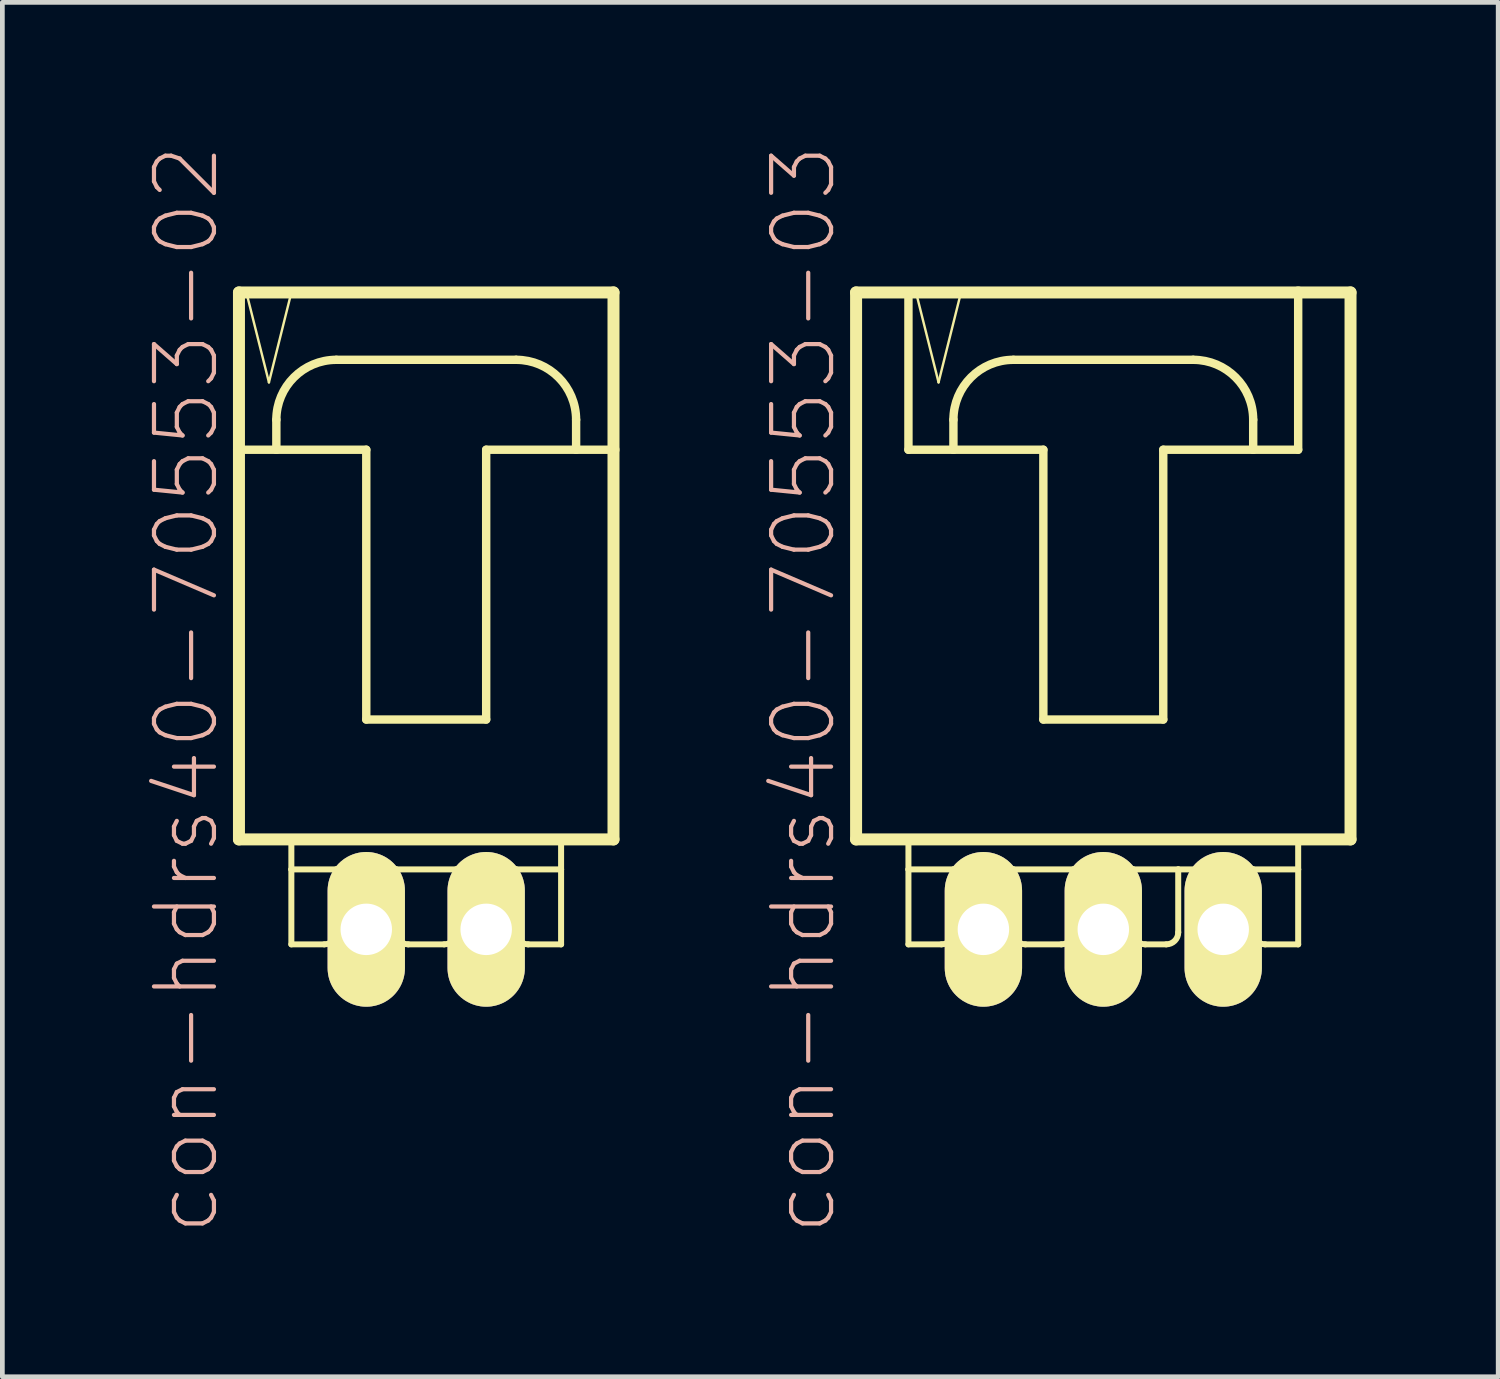
<source format=kicad_pcb>
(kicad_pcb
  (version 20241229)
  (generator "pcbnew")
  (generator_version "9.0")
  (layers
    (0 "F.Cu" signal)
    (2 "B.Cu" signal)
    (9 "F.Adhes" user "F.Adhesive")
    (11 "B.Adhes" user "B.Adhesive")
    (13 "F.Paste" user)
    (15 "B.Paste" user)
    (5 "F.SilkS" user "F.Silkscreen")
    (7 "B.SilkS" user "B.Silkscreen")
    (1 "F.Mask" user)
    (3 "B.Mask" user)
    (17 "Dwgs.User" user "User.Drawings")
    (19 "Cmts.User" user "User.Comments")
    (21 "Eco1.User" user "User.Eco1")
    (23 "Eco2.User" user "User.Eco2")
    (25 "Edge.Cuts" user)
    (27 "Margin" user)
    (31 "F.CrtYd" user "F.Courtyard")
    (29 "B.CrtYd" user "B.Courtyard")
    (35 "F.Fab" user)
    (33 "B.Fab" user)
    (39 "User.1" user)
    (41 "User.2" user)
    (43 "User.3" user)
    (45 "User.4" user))
  (footprint "con-hdrs40-70553-02"
    (layer "F.Cu")
    (at 5.979 9.017)
    (property "Reference" "con-hdrs40-70553-02" (at -5.08 2.54 90) (layer "B.SilkS") (effects (font (size 1.27 1.27) (thickness 0.089))))
    (attr exclude_from_pos_files exclude_from_bom)
    (fp_line (start -3.967 -5.872) (end -3.967 -2.54) (stroke (width 0.254) (type solid)) (layer "F.SilkS"))
    (fp_line (start -3.967 -2.54) (end -3.967 5.715) (stroke (width 0.254) (type solid)) (layer "F.SilkS"))
    (fp_line (start -3.967 -2.54) (end -3.175 -2.54) (stroke (width 0.178) (type solid)) (layer "F.SilkS"))
    (fp_line (start -3.967 5.715) (end 3.967 5.715) (stroke (width 0.254) (type solid)) (layer "F.SilkS"))
    (fp_line (start -3.81 -5.872) (end -3.332 -3.967) (stroke (width 0.051) (type solid)) (layer "F.SilkS"))
    (fp_line (start -3.332 -3.967) (end -2.857 -5.872) (stroke (width 0.051) (type solid)) (layer "F.SilkS"))
    (fp_line (start -3.175 -2.54) (end -3.175 -3.175) (stroke (width 0.178) (type solid)) (layer "F.SilkS"))
    (fp_line (start -3.175 -2.54) (end -1.27 -2.54) (stroke (width 0.178) (type solid)) (layer "F.SilkS"))
    (fp_line (start -2.857 -5.872) (end -3.81 -5.872) (stroke (width 0.051) (type solid)) (layer "F.SilkS"))
    (fp_line (start -2.857 5.715) (end -2.857 6.35) (stroke (width 0.127) (type solid)) (layer "F.SilkS"))
    (fp_line (start -2.857 6.35) (end -2.857 7.938) (stroke (width 0.127) (type solid)) (layer "F.SilkS"))
    (fp_line (start -2.857 6.35) (end -1.905 6.35) (stroke (width 0.127) (type solid)) (layer "F.SilkS"))
    (fp_line (start -2.159 7.938) (end -2.857 7.938) (stroke (width 0.127) (type solid)) (layer "F.SilkS"))
    (fp_line (start -1.905 -4.445) (end 1.905 -4.445) (stroke (width 0.178) (type solid)) (layer "F.SilkS"))
    (fp_line (start -1.905 6.35) (end -1.905 7.684) (stroke (width 0.127) (type solid)) (layer "F.SilkS"))
    (fp_line (start -1.905 6.35) (end -0.635 6.35) (stroke (width 0.127) (type solid)) (layer "F.SilkS"))
    (fp_line (start -1.587 6.35) (end -0.953 6.35) (stroke (width 0.066) (type solid)) (layer "F.SilkS"))
    (fp_line (start -1.587 7.62) (end -1.587 6.35) (stroke (width 0.066) (type solid)) (layer "F.SilkS"))
    (fp_line (start -1.587 7.62) (end -0.953 7.62) (stroke (width 0.066) (type solid)) (layer "F.SilkS"))
    (fp_line (start -1.27 -2.54) (end -1.27 3.175) (stroke (width 0.178) (type solid)) (layer "F.SilkS"))
    (fp_line (start -1.27 3.175) (end 1.27 3.175) (stroke (width 0.178) (type solid)) (layer "F.SilkS"))
    (fp_line (start -0.953 7.62) (end -0.953 6.35) (stroke (width 0.066) (type solid)) (layer "F.SilkS"))
    (fp_line (start -0.635 6.35) (end -0.635 7.684) (stroke (width 0.127) (type solid)) (layer "F.SilkS"))
    (fp_line (start -0.635 6.35) (end 0.635 6.35) (stroke (width 0.127) (type solid)) (layer "F.SilkS"))
    (fp_line (start 0.381 7.938) (end -0.381 7.938) (stroke (width 0.127) (type solid)) (layer "F.SilkS"))
    (fp_line (start 0.635 6.35) (end 0.635 7.684) (stroke (width 0.127) (type solid)) (layer "F.SilkS"))
    (fp_line (start 0.635 6.35) (end 1.905 6.35) (stroke (width 0.127) (type solid)) (layer "F.SilkS"))
    (fp_line (start 0.953 6.35) (end 1.587 6.35) (stroke (width 0.066) (type solid)) (layer "F.SilkS"))
    (fp_line (start 0.953 7.62) (end 0.953 6.35) (stroke (width 0.066) (type solid)) (layer "F.SilkS"))
    (fp_line (start 0.953 7.62) (end 1.587 7.62) (stroke (width 0.066) (type solid)) (layer "F.SilkS"))
    (fp_line (start 1.27 -2.54) (end 3.175 -2.54) (stroke (width 0.178) (type solid)) (layer "F.SilkS"))
    (fp_line (start 1.27 3.175) (end 1.27 -2.54) (stroke (width 0.178) (type solid)) (layer "F.SilkS"))
    (fp_line (start 1.587 7.62) (end 1.587 6.35) (stroke (width 0.066) (type solid)) (layer "F.SilkS"))
    (fp_line (start 1.905 6.35) (end 1.905 7.684) (stroke (width 0.127) (type solid)) (layer "F.SilkS"))
    (fp_line (start 1.905 6.35) (end 2.857 6.35) (stroke (width 0.127) (type solid)) (layer "F.SilkS"))
    (fp_line (start 2.159 7.938) (end 2.857 7.938) (stroke (width 0.127) (type solid)) (layer "F.SilkS"))
    (fp_line (start 2.857 6.35) (end 2.857 5.715) (stroke (width 0.127) (type solid)) (layer "F.SilkS"))
    (fp_line (start 2.857 7.938) (end 2.857 6.35) (stroke (width 0.127) (type solid)) (layer "F.SilkS"))
    (fp_line (start 3.175 -3.175) (end 3.175 -2.54) (stroke (width 0.178) (type solid)) (layer "F.SilkS"))
    (fp_line (start 3.175 -2.54) (end 3.967 -2.54) (stroke (width 0.178) (type solid)) (layer "F.SilkS"))
    (fp_line (start 3.967 -5.872) (end -3.967 -5.872) (stroke (width 0.254) (type solid)) (layer "F.SilkS"))
    (fp_line (start 3.967 -2.54) (end 3.967 -5.872) (stroke (width 0.254) (type solid)) (layer "F.SilkS"))
    (fp_line (start 3.967 5.715) (end 3.967 -2.54) (stroke (width 0.254) (type solid)) (layer "F.SilkS"))
    (fp_arc (start -3.175 -3.175) (mid -2.803026 -4.073026) (end -1.905 -4.445) (stroke (width 0.1778) (type solid)) (layer "F.SilkS"))
    (fp_arc (start -1.905 7.6835) (mid -1.979395 7.863105) (end -2.159 7.9375) (stroke (width 0.127) (type solid)) (layer "F.SilkS"))
    (fp_arc (start -0.381 7.9375) (mid -0.560605 7.863105) (end -0.635 7.6835) (stroke (width 0.127) (type solid)) (layer "F.SilkS"))
    (fp_arc (start 0.635 7.6835) (mid 0.560605 7.863105) (end 0.381 7.9375) (stroke (width 0.127) (type solid)) (layer "F.SilkS"))
    (fp_arc (start 1.905 -4.445) (mid 2.803026 -4.073026) (end 3.175 -3.175) (stroke (width 0.1778) (type solid)) (layer "F.SilkS"))
    (fp_arc (start 2.159 7.9375) (mid 1.979395 7.863105) (end 1.905 7.6835) (stroke (width 0.127) (type solid)) (layer "F.SilkS"))
    (pad "1" thru_hole oval (at -1.27 7.62) (size 1.638 3.277) (drill 1.09) (layers "*.Cu" "F.Mask" "F.SilkS" "F.Paste"))
    (pad "2" thru_hole oval (at 1.27 7.62) (size 1.638 3.277) (drill 1.09) (layers "*.Cu" "F.Mask" "F.SilkS" "F.Paste")))
  (footprint "con-hdrs40-70553-03"
    (layer "F.Cu")
    (at 20.322 9.017)
    (property "Reference" "con-hdrs40-70553-03" (at -6.35 2.54 90) (layer "B.SilkS") (effects (font (size 1.27 1.27) (thickness 0.089))))
    (attr exclude_from_pos_files exclude_from_bom)
    (fp_line (start -5.237 -5.872) (end -5.237 5.715) (stroke (width 0.254) (type solid)) (layer "F.SilkS"))
    (fp_line (start -5.237 5.715) (end 5.237 5.715) (stroke (width 0.254) (type solid)) (layer "F.SilkS"))
    (fp_line (start -4.128 -5.872) (end -4.128 -2.54) (stroke (width 0.178) (type solid)) (layer "F.SilkS"))
    (fp_line (start -4.128 -2.54) (end -3.175 -2.54) (stroke (width 0.178) (type solid)) (layer "F.SilkS"))
    (fp_line (start -4.128 5.715) (end -4.128 6.35) (stroke (width 0.127) (type solid)) (layer "F.SilkS"))
    (fp_line (start -4.128 6.35) (end -4.128 7.938) (stroke (width 0.127) (type solid)) (layer "F.SilkS"))
    (fp_line (start -4.128 6.35) (end -3.175 6.35) (stroke (width 0.127) (type solid)) (layer "F.SilkS"))
    (fp_line (start -3.967 -5.872) (end -3.49 -3.967) (stroke (width 0.051) (type solid)) (layer "F.SilkS"))
    (fp_line (start -3.49 -3.967) (end -3.015 -5.872) (stroke (width 0.051) (type solid)) (layer "F.SilkS"))
    (fp_line (start -3.429 7.938) (end -4.128 7.938) (stroke (width 0.127) (type solid)) (layer "F.SilkS"))
    (fp_line (start -3.175 -2.54) (end -3.175 -3.175) (stroke (width 0.178) (type solid)) (layer "F.SilkS"))
    (fp_line (start -3.175 -2.54) (end -1.27 -2.54) (stroke (width 0.178) (type solid)) (layer "F.SilkS"))
    (fp_line (start -3.175 6.35) (end -3.175 7.684) (stroke (width 0.127) (type solid)) (layer "F.SilkS"))
    (fp_line (start -3.175 6.35) (end -1.905 6.35) (stroke (width 0.127) (type solid)) (layer "F.SilkS"))
    (fp_line (start -3.015 -5.872) (end -3.967 -5.872) (stroke (width 0.051) (type solid)) (layer "F.SilkS"))
    (fp_line (start -2.857 6.35) (end -2.223 6.35) (stroke (width 0.066) (type solid)) (layer "F.SilkS"))
    (fp_line (start -2.857 7.62) (end -2.857 6.35) (stroke (width 0.066) (type solid)) (layer "F.SilkS"))
    (fp_line (start -2.857 7.62) (end -2.223 7.62) (stroke (width 0.066) (type solid)) (layer "F.SilkS"))
    (fp_line (start -2.223 7.62) (end -2.223 6.35) (stroke (width 0.066) (type solid)) (layer "F.SilkS"))
    (fp_line (start -1.905 -4.445) (end 1.905 -4.445) (stroke (width 0.178) (type solid)) (layer "F.SilkS"))
    (fp_line (start -1.905 6.35) (end -1.905 7.684) (stroke (width 0.127) (type solid)) (layer "F.SilkS"))
    (fp_line (start -1.905 6.35) (end -0.635 6.35) (stroke (width 0.127) (type solid)) (layer "F.SilkS"))
    (fp_line (start -1.27 -2.54) (end -1.27 3.175) (stroke (width 0.178) (type solid)) (layer "F.SilkS"))
    (fp_line (start -1.27 3.175) (end 1.27 3.175) (stroke (width 0.178) (type solid)) (layer "F.SilkS"))
    (fp_line (start -0.889 7.938) (end -1.651 7.938) (stroke (width 0.127) (type solid)) (layer "F.SilkS"))
    (fp_line (start -0.635 6.35) (end -0.635 7.684) (stroke (width 0.127) (type solid)) (layer "F.SilkS"))
    (fp_line (start -0.635 6.35) (end 0.635 6.35) (stroke (width 0.127) (type solid)) (layer "F.SilkS"))
    (fp_line (start -0.318 6.35) (end 0.318 6.35) (stroke (width 0.066) (type solid)) (layer "F.SilkS"))
    (fp_line (start -0.318 7.62) (end -0.318 6.35) (stroke (width 0.066) (type solid)) (layer "F.SilkS"))
    (fp_line (start -0.318 7.62) (end 0.318 7.62) (stroke (width 0.066) (type solid)) (layer "F.SilkS"))
    (fp_line (start 0.318 7.62) (end 0.318 6.35) (stroke (width 0.066) (type solid)) (layer "F.SilkS"))
    (fp_line (start 0.635 6.35) (end 0.635 7.684) (stroke (width 0.127) (type solid)) (layer "F.SilkS"))
    (fp_line (start 0.635 6.35) (end 1.587 6.35) (stroke (width 0.127) (type solid)) (layer "F.SilkS"))
    (fp_line (start 0.889 7.938) (end 1.333 7.938) (stroke (width 0.127) (type solid)) (layer "F.SilkS"))
    (fp_line (start 1.27 -2.54) (end 3.175 -2.54) (stroke (width 0.178) (type solid)) (layer "F.SilkS"))
    (fp_line (start 1.27 3.175) (end 1.27 -2.54) (stroke (width 0.178) (type solid)) (layer "F.SilkS"))
    (fp_line (start 1.587 6.35) (end 3.175 6.35) (stroke (width 0.127) (type solid)) (layer "F.SilkS"))
    (fp_line (start 1.587 7.684) (end 1.587 6.35) (stroke (width 0.127) (type solid)) (layer "F.SilkS"))
    (fp_line (start 2.223 6.35) (end 2.857 6.35) (stroke (width 0.066) (type solid)) (layer "F.SilkS"))
    (fp_line (start 2.223 7.62) (end 2.223 6.35) (stroke (width 0.066) (type solid)) (layer "F.SilkS"))
    (fp_line (start 2.223 7.62) (end 2.857 7.62) (stroke (width 0.066) (type solid)) (layer "F.SilkS"))
    (fp_line (start 2.857 7.62) (end 2.857 6.35) (stroke (width 0.066) (type solid)) (layer "F.SilkS"))
    (fp_line (start 3.175 -3.175) (end 3.175 -2.54) (stroke (width 0.178) (type solid)) (layer "F.SilkS"))
    (fp_line (start 3.175 -2.54) (end 4.128 -2.54) (stroke (width 0.178) (type solid)) (layer "F.SilkS"))
    (fp_line (start 3.175 6.35) (end 3.175 7.684) (stroke (width 0.127) (type solid)) (layer "F.SilkS"))
    (fp_line (start 3.175 6.35) (end 4.128 6.35) (stroke (width 0.127) (type solid)) (layer "F.SilkS"))
    (fp_line (start 3.429 7.938) (end 4.128 7.938) (stroke (width 0.127) (type solid)) (layer "F.SilkS"))
    (fp_line (start 4.128 -5.872) (end -5.237 -5.872) (stroke (width 0.254) (type solid)) (layer "F.SilkS"))
    (fp_line (start 4.128 -2.54) (end 4.128 -5.872) (stroke (width 0.178) (type solid)) (layer "F.SilkS"))
    (fp_line (start 4.128 6.35) (end 4.128 5.715) (stroke (width 0.127) (type solid)) (layer "F.SilkS"))
    (fp_line (start 4.128 7.938) (end 4.128 6.35) (stroke (width 0.127) (type solid)) (layer "F.SilkS"))
    (fp_line (start 5.237 -5.872) (end 4.128 -5.872) (stroke (width 0.254) (type solid)) (layer "F.SilkS"))
    (fp_line (start 5.237 5.715) (end 5.237 -5.872) (stroke (width 0.254) (type solid)) (layer "F.SilkS"))
    (fp_arc (start -3.175 -3.175) (mid -2.803026 -4.073026) (end -1.905 -4.445) (stroke (width 0.1778) (type solid)) (layer "F.SilkS"))
    (fp_arc (start -3.175 7.6835) (mid -3.249395 7.863105) (end -3.429 7.9375) (stroke (width 0.127) (type solid)) (layer "F.SilkS"))
    (fp_arc (start -1.651 7.9375) (mid -1.830605 7.863105) (end -1.905 7.6835) (stroke (width 0.127) (type solid)) (layer "F.SilkS"))
    (fp_arc (start -0.635 7.6835) (mid -0.709395 7.863105) (end -0.889 7.9375) (stroke (width 0.127) (type solid)) (layer "F.SilkS"))
    (fp_arc (start 0.889 7.9375) (mid 0.709395 7.863105) (end 0.635 7.6835) (stroke (width 0.127) (type solid)) (layer "F.SilkS"))
    (fp_arc (start 1.5875 7.6835) (mid 1.513105 7.863105) (end 1.3335 7.9375) (stroke (width 0.127) (type solid)) (layer "F.SilkS"))
    (fp_arc (start 1.905 -4.445) (mid 2.803026 -4.073026) (end 3.175 -3.175) (stroke (width 0.1778) (type solid)) (layer "F.SilkS"))
    (fp_arc (start 3.429 7.9375) (mid 3.249395 7.863105) (end 3.175 7.6835) (stroke (width 0.127) (type solid)) (layer "F.SilkS"))
    (pad "1" thru_hole oval (at -2.54 7.62) (size 1.638 3.277) (drill 1.09) (layers "*.Cu" "F.Mask" "F.SilkS" "F.Paste"))
    (pad "2" thru_hole oval (at 0 7.62) (size 1.638 3.277) (drill 1.09) (layers "*.Cu" "F.Mask" "F.SilkS" "F.Paste"))
    (pad "3" thru_hole oval (at 2.54 7.62) (size 1.638 3.277) (drill 1.09) (layers "*.Cu" "F.Mask" "F.SilkS" "F.Paste")))
  (gr_rect
    (start -3 -3)
    (end 28.687 26.115)
    (stroke (width 0.1) (type default))
    (fill no)
    (layer "Edge.Cuts")))
</source>
